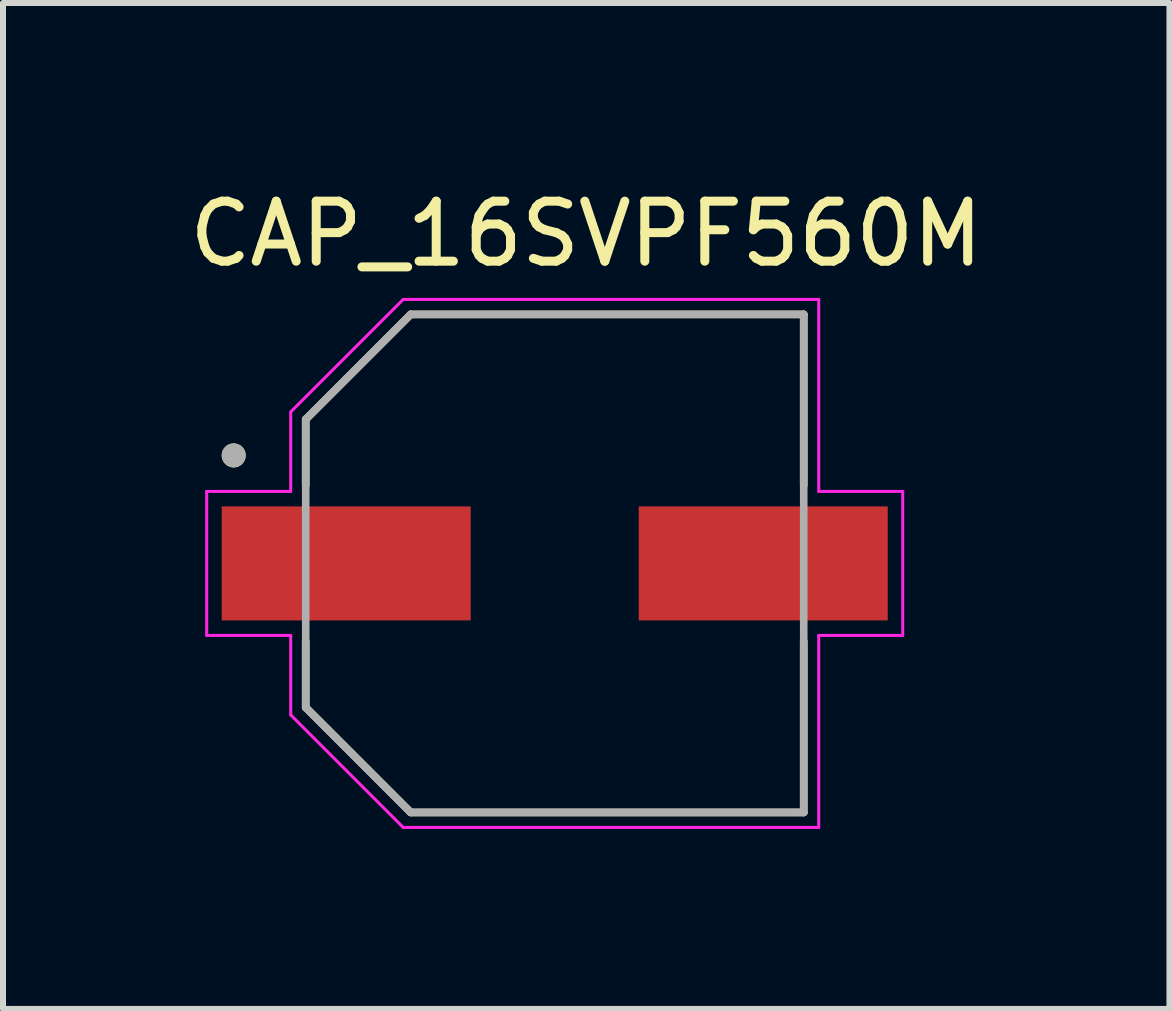
<source format=kicad_pcb>
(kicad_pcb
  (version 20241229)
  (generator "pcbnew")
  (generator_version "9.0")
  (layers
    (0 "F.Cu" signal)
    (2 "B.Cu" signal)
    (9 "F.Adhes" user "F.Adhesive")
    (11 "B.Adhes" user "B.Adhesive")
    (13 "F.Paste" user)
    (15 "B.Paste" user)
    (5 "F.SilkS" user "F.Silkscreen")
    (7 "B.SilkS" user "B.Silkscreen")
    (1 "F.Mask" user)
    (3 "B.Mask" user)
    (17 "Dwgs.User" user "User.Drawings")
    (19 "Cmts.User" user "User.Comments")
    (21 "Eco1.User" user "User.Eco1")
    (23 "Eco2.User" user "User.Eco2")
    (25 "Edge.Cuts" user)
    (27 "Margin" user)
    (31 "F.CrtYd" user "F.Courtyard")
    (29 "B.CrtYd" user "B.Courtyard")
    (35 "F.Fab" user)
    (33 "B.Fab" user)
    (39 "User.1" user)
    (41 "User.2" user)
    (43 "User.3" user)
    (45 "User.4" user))
  (footprint "CAP_16SVPF560M"
    (layer "F.Cu")
    (at 6.195 6.34)
    (property "Reference" "CAP_16SVPF560M" (at 0.525 -5.492 0) (layer "F.SilkS") (effects (font (size 1 1) (thickness 0.15))))
    (attr smd)
    (fp_line (start -4.15 -2.4) (end -2.4 -4.15) (stroke (width 0.127) (type solid)) (layer "F.SilkS"))
    (fp_line (start -4.15 -1.3) (end -4.15 -2.4) (stroke (width 0.127) (type solid)) (layer "F.SilkS"))
    (fp_line (start -4.15 1.3) (end -4.15 2.4) (stroke (width 0.127) (type solid)) (layer "F.SilkS"))
    (fp_line (start -4.15 2.4) (end -2.4 4.15) (stroke (width 0.127) (type solid)) (layer "F.SilkS"))
    (fp_line (start -2.4 -4.15) (end 4.15 -4.15) (stroke (width 0.127) (type solid)) (layer "F.SilkS"))
    (fp_line (start -2.4 4.15) (end 4.15 4.15) (stroke (width 0.127) (type solid)) (layer "F.SilkS"))
    (fp_line (start 4.15 -4.15) (end 4.15 -1.3) (stroke (width 0.127) (type solid)) (layer "F.SilkS"))
    (fp_line (start 4.15 4.15) (end 4.15 1.3) (stroke (width 0.127) (type solid)) (layer "F.SilkS"))
    (fp_circle (center -5.35 -1.8) (end -5.25 -1.8) (stroke (width 0.2) (type solid)) (fill no) (layer "F.SilkS"))
    (fp_line (start -5.8 -1.2) (end -4.4 -1.2) (stroke (width 0.05) (type solid)) (layer "F.CrtYd"))
    (fp_line (start -5.8 1.2) (end -5.8 -1.2) (stroke (width 0.05) (type solid)) (layer "F.CrtYd"))
    (fp_line (start -4.4 -2.525) (end -2.525 -4.4) (stroke (width 0.05) (type solid)) (layer "F.CrtYd"))
    (fp_line (start -4.4 -1.2) (end -4.4 -2.525) (stroke (width 0.05) (type solid)) (layer "F.CrtYd"))
    (fp_line (start -4.4 1.2) (end -5.8 1.2) (stroke (width 0.05) (type solid)) (layer "F.CrtYd"))
    (fp_line (start -4.4 2.525) (end -4.4 1.2) (stroke (width 0.05) (type solid)) (layer "F.CrtYd"))
    (fp_line (start -2.525 -4.4) (end 4.4 -4.4) (stroke (width 0.05) (type solid)) (layer "F.CrtYd"))
    (fp_line (start -2.525 4.4) (end -4.4 2.525) (stroke (width 0.05) (type solid)) (layer "F.CrtYd"))
    (fp_line (start 4.4 -4.4) (end 4.4 -1.2) (stroke (width 0.05) (type solid)) (layer "F.CrtYd"))
    (fp_line (start 4.4 -1.2) (end 5.8 -1.2) (stroke (width 0.05) (type solid)) (layer "F.CrtYd"))
    (fp_line (start 4.4 1.2) (end 4.4 4.4) (stroke (width 0.05) (type solid)) (layer "F.CrtYd"))
    (fp_line (start 4.4 4.4) (end -2.525 4.4) (stroke (width 0.05) (type solid)) (layer "F.CrtYd"))
    (fp_line (start 5.8 -1.2) (end 5.8 1.2) (stroke (width 0.05) (type solid)) (layer "F.CrtYd"))
    (fp_line (start 5.8 1.2) (end 4.4 1.2) (stroke (width 0.05) (type solid)) (layer "F.CrtYd"))
    (fp_line (start -4.15 -2.4) (end -2.4 -4.15) (stroke (width 0.127) (type solid)) (layer "F.Fab"))
    (fp_line (start -4.15 2.4) (end -4.15 -2.4) (stroke (width 0.127) (type solid)) (layer "F.Fab"))
    (fp_line (start -2.4 -4.15) (end 4.15 -4.15) (stroke (width 0.127) (type solid)) (layer "F.Fab"))
    (fp_line (start -2.4 4.15) (end -4.15 2.4) (stroke (width 0.127) (type solid)) (layer "F.Fab"))
    (fp_line (start 4.15 -4.15) (end 4.15 4.15) (stroke (width 0.127) (type solid)) (layer "F.Fab"))
    (fp_line (start 4.15 4.15) (end -2.4 4.15) (stroke (width 0.127) (type solid)) (layer "F.Fab"))
    (fp_circle (center -5.35 -1.8) (end -5.25 -1.8) (stroke (width 0.2) (type solid)) (fill no) (layer "F.Fab"))
    (pad "1" smd rect (at -3.475 0) (size 4.15 1.9) (layers "F.Cu" "F.Mask" "F.Paste"))
    (pad "2" smd rect (at 3.475 0) (size 4.15 1.9) (layers "F.Cu" "F.Mask" "F.Paste")))
  (gr_rect
    (start -3 -3)
    (end 16.44 13.765)
    (stroke (width 0.1) (type default))
    (fill no)
    (layer "Edge.Cuts")))
</source>
